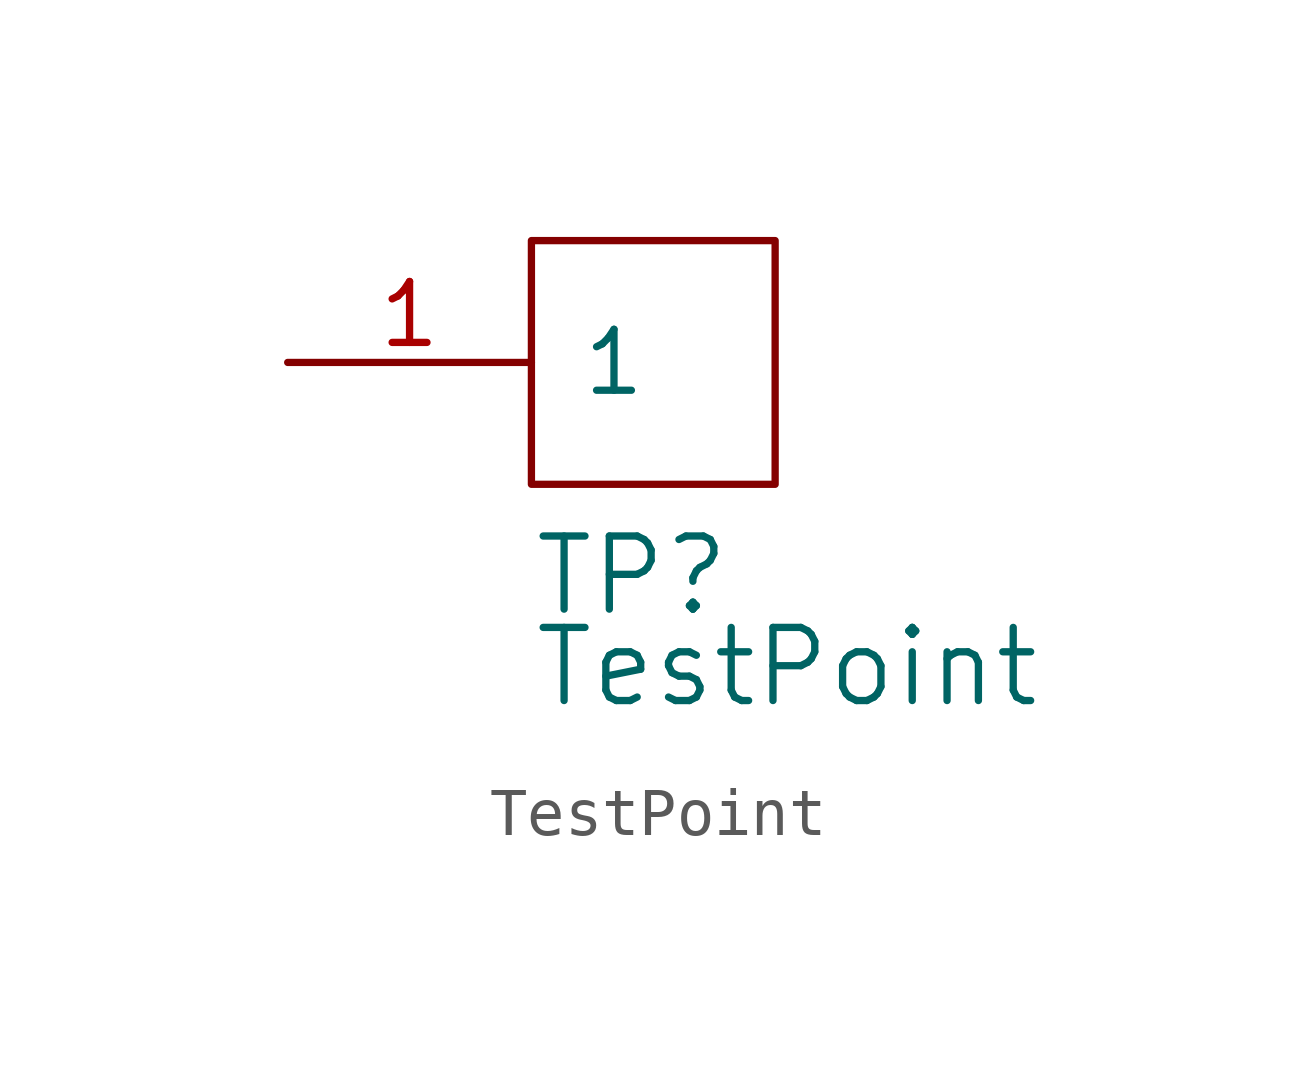
<source format=kicad_sym>
(kicad_symbol_lib
  (version 20211014)
  (generator kicad_symbol_editor)
  (symbol "TestPoint"
    (pin_names
      (offset 1.016))
    (property "Reference" "TP"
      (at -2.54 -4.445 0)
      (effects (font (size 1.524 1.524)) (justify left)))
    (property "Value" "TestPoint"
      (at -2.54 -6.35 0)
      (effects (font (size 1.524 1.524)) (justify left)))
    (symbol "TestPoint_0_1"
      (rectangle (start -2.54 2.54) (end 2.54 -2.54) (stroke (width 0) (type default) (color 0 0 0 0)) (fill (type none))))
    (symbol "TestPoint_1_1"
      (pin input line (at -7.62 0 0) (length 5.08) (name "1" (effects (font (size 1.27 1.27)))) (number "1" (effects (font (size 1.27 1.27))))))))
</source>
